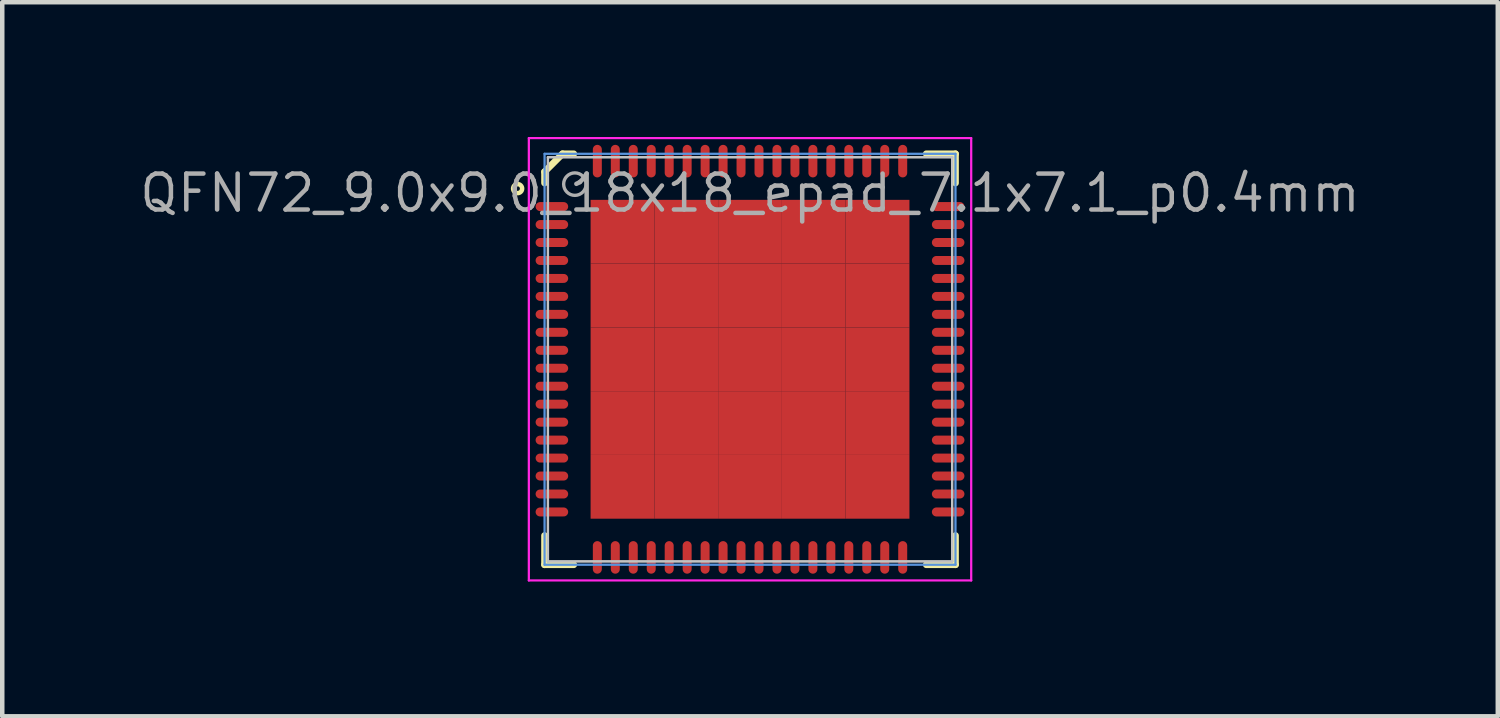
<source format=kicad_pcb>
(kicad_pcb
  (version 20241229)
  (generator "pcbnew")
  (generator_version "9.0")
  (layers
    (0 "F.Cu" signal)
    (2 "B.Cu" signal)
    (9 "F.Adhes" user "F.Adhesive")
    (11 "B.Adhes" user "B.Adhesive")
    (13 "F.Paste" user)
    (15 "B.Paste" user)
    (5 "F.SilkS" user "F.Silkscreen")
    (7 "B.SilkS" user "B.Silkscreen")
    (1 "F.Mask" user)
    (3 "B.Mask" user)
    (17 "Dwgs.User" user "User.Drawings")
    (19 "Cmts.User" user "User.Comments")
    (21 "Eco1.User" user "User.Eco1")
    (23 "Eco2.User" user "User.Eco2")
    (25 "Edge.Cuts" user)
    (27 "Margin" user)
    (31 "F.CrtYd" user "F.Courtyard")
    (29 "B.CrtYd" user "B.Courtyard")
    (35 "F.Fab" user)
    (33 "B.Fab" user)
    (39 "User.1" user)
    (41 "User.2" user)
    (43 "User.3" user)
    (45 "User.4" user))
  (footprint "QFN72_9.0x9.0_18x18_epad_7.1x7.1_p0.4mm"
    (layer "F.Cu")
    (at 13.651 4.95)
    (property "Reference" "QFN72_9.0x9.0_18x18_epad_7.1x7.1_p0.4mm" (at 0 -3.7 0) (layer "F.Fab") (effects (font (size 0.8 0.8) (thickness 0.1))))
    (attr through_hole)
    (fp_line (start -4.575 -4.175) (end -4.575 -3.925) (stroke (width 0.15) (type solid)) (layer "F.SilkS"))
    (fp_line (start -4.575 -4.175) (end -4.175 -4.575) (stroke (width 0.15) (type solid)) (layer "F.SilkS"))
    (fp_line (start -4.575 4.575) (end -4.575 3.925) (stroke (width 0.15) (type solid)) (layer "F.SilkS"))
    (fp_line (start -4.575 4.575) (end -3.925 4.575) (stroke (width 0.15) (type solid)) (layer "F.SilkS"))
    (fp_line (start -3.925 -4.575) (end -4.175 -4.575) (stroke (width 0.15) (type solid)) (layer "F.SilkS"))
    (fp_line (start 4.575 -4.575) (end 3.925 -4.575) (stroke (width 0.15) (type solid)) (layer "F.SilkS"))
    (fp_line (start 4.575 -4.575) (end 4.575 -3.925) (stroke (width 0.15) (type solid)) (layer "F.SilkS"))
    (fp_line (start 4.575 4.575) (end 3.925 4.575) (stroke (width 0.15) (type solid)) (layer "F.SilkS"))
    (fp_line (start 4.575 4.575) (end 4.575 3.925) (stroke (width 0.15) (type solid)) (layer "F.SilkS"))
    (fp_circle (center -5.175 -3.8) (end -5.104 -3.729) (stroke (width 0.1) (type solid)) (fill no) (layer "F.SilkS"))
    (fp_line (start -4.5 -4.5) (end -4.5 4.5) (stroke (width 0.05) (type solid)) (layer "Dwgs.User"))
    (fp_line (start -4.5 -4.5) (end 4.5 -4.5) (stroke (width 0.05) (type solid)) (layer "Dwgs.User"))
    (fp_line (start -4.5 4.5) (end 4.5 4.5) (stroke (width 0.05) (type solid)) (layer "Dwgs.User"))
    (fp_line (start 4.5 -4.5) (end 4.5 4.5) (stroke (width 0.05) (type solid)) (layer "Dwgs.User"))
    (fp_line (start -4.575 -4.575) (end -4.575 4.575) (stroke (width 0.05) (type solid)) (layer "Cmts.User"))
    (fp_line (start -4.575 -4.575) (end 4.575 -4.575) (stroke (width 0.05) (type solid)) (layer "Cmts.User"))
    (fp_line (start -4.575 4.575) (end 4.575 4.575) (stroke (width 0.05) (type solid)) (layer "Cmts.User"))
    (fp_line (start 4.575 -4.575) (end 4.575 4.575) (stroke (width 0.05) (type solid)) (layer "Cmts.User"))
    (fp_line (start -4.425 -4.425) (end -4.425 4.425) (stroke (width 0.05) (type solid)) (layer "Eco1.User"))
    (fp_line (start -4.425 -4.425) (end 4.425 -4.425) (stroke (width 0.05) (type solid)) (layer "Eco1.User"))
    (fp_line (start -4.425 4.425) (end 4.425 4.425) (stroke (width 0.05) (type solid)) (layer "Eco1.User"))
    (fp_line (start 4.425 -4.425) (end 4.425 4.425) (stroke (width 0.05) (type solid)) (layer "Eco1.User"))
    (fp_line (start -4.925 -4.925) (end -4.925 4.925) (stroke (width 0.05) (type solid)) (layer "F.CrtYd"))
    (fp_line (start -4.925 -4.925) (end 4.925 -4.925) (stroke (width 0.05) (type solid)) (layer "F.CrtYd"))
    (fp_line (start -4.925 4.925) (end 4.925 4.925) (stroke (width 0.05) (type solid)) (layer "F.CrtYd"))
    (fp_line (start 4.925 -4.925) (end 4.925 4.925) (stroke (width 0.05) (type solid)) (layer "F.CrtYd"))
    (fp_line (start -4.5 -4.5) (end -4.5 4.5) (stroke (width 0.05) (type solid)) (layer "F.Fab"))
    (fp_line (start -4.5 -4.5) (end 4.5 -4.5) (stroke (width 0.05) (type solid)) (layer "F.Fab"))
    (fp_line (start -4.5 4.5) (end 4.5 4.5) (stroke (width 0.05) (type solid)) (layer "F.Fab"))
    (fp_line (start 4.5 -4.5) (end 4.5 4.5) (stroke (width 0.05) (type solid)) (layer "F.Fab"))
    (fp_circle (center -3.9 -3.9) (end -3.723 -3.723) (stroke (width 0.075) (type solid)) (fill no) (layer "F.Fab"))
    (pad "1" smd oval (at -4.412 -3.4 180) (size 0.725 0.2) (layers "F.Cu" "F.Mask" "F.Paste"))
    (pad "2" smd oval (at -4.412 -3 180) (size 0.725 0.2) (layers "F.Cu" "F.Mask" "F.Paste"))
    (pad "3" smd oval (at -4.412 -2.6 180) (size 0.725 0.2) (layers "F.Cu" "F.Mask" "F.Paste"))
    (pad "4" smd oval (at -4.412 -2.2 180) (size 0.725 0.2) (layers "F.Cu" "F.Mask" "F.Paste"))
    (pad "5" smd oval (at -4.412 -1.8 180) (size 0.725 0.2) (layers "F.Cu" "F.Mask" "F.Paste"))
    (pad "6" smd oval (at -4.412 -1.4 180) (size 0.725 0.2) (layers "F.Cu" "F.Mask" "F.Paste"))
    (pad "7" smd oval (at -4.412 -1 180) (size 0.725 0.2) (layers "F.Cu" "F.Mask" "F.Paste"))
    (pad "8" smd oval (at -4.412 -0.6 180) (size 0.725 0.2) (layers "F.Cu" "F.Mask" "F.Paste"))
    (pad "9" smd oval (at -4.412 -0.2 180) (size 0.725 0.2) (layers "F.Cu" "F.Mask" "F.Paste"))
    (pad "10" smd oval (at -4.412 0.2 180) (size 0.725 0.2) (layers "F.Cu" "F.Mask" "F.Paste"))
    (pad "11" smd oval (at -4.412 0.6 180) (size 0.725 0.2) (layers "F.Cu" "F.Mask" "F.Paste"))
    (pad "12" smd oval (at -4.412 1 180) (size 0.725 0.2) (layers "F.Cu" "F.Mask" "F.Paste"))
    (pad "13" smd oval (at -4.412 1.4 180) (size 0.725 0.2) (layers "F.Cu" "F.Mask" "F.Paste"))
    (pad "14" smd oval (at -4.412 1.8 180) (size 0.725 0.2) (layers "F.Cu" "F.Mask" "F.Paste"))
    (pad "15" smd oval (at -4.412 2.2 180) (size 0.725 0.2) (layers "F.Cu" "F.Mask" "F.Paste"))
    (pad "16" smd oval (at -4.412 2.6 180) (size 0.725 0.2) (layers "F.Cu" "F.Mask" "F.Paste"))
    (pad "17" smd oval (at -4.412 3 180) (size 0.725 0.2) (layers "F.Cu" "F.Mask" "F.Paste"))
    (pad "18" smd oval (at -4.412 3.4 180) (size 0.725 0.2) (layers "F.Cu" "F.Mask" "F.Paste"))
    (pad "19" smd oval (at -3.4 4.412 270) (size 0.725 0.2) (layers "F.Cu" "F.Mask" "F.Paste"))
    (pad "20" smd oval (at -3 4.412 270) (size 0.725 0.2) (layers "F.Cu" "F.Mask" "F.Paste"))
    (pad "21" smd oval (at -2.6 4.412 270) (size 0.725 0.2) (layers "F.Cu" "F.Mask" "F.Paste"))
    (pad "22" smd oval (at -2.2 4.412 270) (size 0.725 0.2) (layers "F.Cu" "F.Mask" "F.Paste"))
    (pad "23" smd oval (at -1.8 4.412 270) (size 0.725 0.2) (layers "F.Cu" "F.Mask" "F.Paste"))
    (pad "24" smd oval (at -1.4 4.412 270) (size 0.725 0.2) (layers "F.Cu" "F.Mask" "F.Paste"))
    (pad "25" smd oval (at -1 4.412 270) (size 0.725 0.2) (layers "F.Cu" "F.Mask" "F.Paste"))
    (pad "26" smd oval (at -0.6 4.412 270) (size 0.725 0.2) (layers "F.Cu" "F.Mask" "F.Paste"))
    (pad "27" smd oval (at -0.2 4.412 270) (size 0.725 0.2) (layers "F.Cu" "F.Mask" "F.Paste"))
    (pad "28" smd oval (at 0.2 4.412 270) (size 0.725 0.2) (layers "F.Cu" "F.Mask" "F.Paste"))
    (pad "29" smd oval (at 0.6 4.412 270) (size 0.725 0.2) (layers "F.Cu" "F.Mask" "F.Paste"))
    (pad "30" smd oval (at 1 4.412 270) (size 0.725 0.2) (layers "F.Cu" "F.Mask" "F.Paste"))
    (pad "31" smd oval (at 1.4 4.412 270) (size 0.725 0.2) (layers "F.Cu" "F.Mask" "F.Paste"))
    (pad "32" smd oval (at 1.8 4.412 270) (size 0.725 0.2) (layers "F.Cu" "F.Mask" "F.Paste"))
    (pad "33" smd oval (at 2.2 4.412 270) (size 0.725 0.2) (layers "F.Cu" "F.Mask" "F.Paste"))
    (pad "34" smd oval (at 2.6 4.412 270) (size 0.725 0.2) (layers "F.Cu" "F.Mask" "F.Paste"))
    (pad "35" smd oval (at 3 4.412 270) (size 0.725 0.2) (layers "F.Cu" "F.Mask" "F.Paste"))
    (pad "36" smd oval (at 3.4 4.412 270) (size 0.725 0.2) (layers "F.Cu" "F.Mask" "F.Paste"))
    (pad "37" smd oval (at 4.412 3.4) (size 0.725 0.2) (layers "F.Cu" "F.Mask" "F.Paste"))
    (pad "38" smd oval (at 4.412 3) (size 0.725 0.2) (layers "F.Cu" "F.Mask" "F.Paste"))
    (pad "39" smd oval (at 4.412 2.6) (size 0.725 0.2) (layers "F.Cu" "F.Mask" "F.Paste"))
    (pad "40" smd oval (at 4.412 2.2) (size 0.725 0.2) (layers "F.Cu" "F.Mask" "F.Paste"))
    (pad "41" smd oval (at 4.412 1.8) (size 0.725 0.2) (layers "F.Cu" "F.Mask" "F.Paste"))
    (pad "42" smd oval (at 4.412 1.4) (size 0.725 0.2) (layers "F.Cu" "F.Mask" "F.Paste"))
    (pad "43" smd oval (at 4.412 1) (size 0.725 0.2) (layers "F.Cu" "F.Mask" "F.Paste"))
    (pad "44" smd oval (at 4.412 0.6) (size 0.725 0.2) (layers "F.Cu" "F.Mask" "F.Paste"))
    (pad "45" smd oval (at 4.412 0.2) (size 0.725 0.2) (layers "F.Cu" "F.Mask" "F.Paste"))
    (pad "46" smd oval (at 4.412 -0.2) (size 0.725 0.2) (layers "F.Cu" "F.Mask" "F.Paste"))
    (pad "47" smd oval (at 4.412 -0.6) (size 0.725 0.2) (layers "F.Cu" "F.Mask" "F.Paste"))
    (pad "48" smd oval (at 4.412 -1) (size 0.725 0.2) (layers "F.Cu" "F.Mask" "F.Paste"))
    (pad "49" smd oval (at 4.412 -1.4) (size 0.725 0.2) (layers "F.Cu" "F.Mask" "F.Paste"))
    (pad "50" smd oval (at 4.412 -1.8) (size 0.725 0.2) (layers "F.Cu" "F.Mask" "F.Paste"))
    (pad "51" smd oval (at 4.412 -2.2) (size 0.725 0.2) (layers "F.Cu" "F.Mask" "F.Paste"))
    (pad "52" smd oval (at 4.412 -2.6) (size 0.725 0.2) (layers "F.Cu" "F.Mask" "F.Paste"))
    (pad "53" smd oval (at 4.412 -3) (size 0.725 0.2) (layers "F.Cu" "F.Mask" "F.Paste"))
    (pad "54" smd oval (at 4.412 -3.4) (size 0.725 0.2) (layers "F.Cu" "F.Mask" "F.Paste"))
    (pad "55" smd oval (at 3.4 -4.412 90) (size 0.725 0.2) (layers "F.Cu" "F.Mask" "F.Paste"))
    (pad "56" smd oval (at 3 -4.412 90) (size 0.725 0.2) (layers "F.Cu" "F.Mask" "F.Paste"))
    (pad "57" smd oval (at 2.6 -4.412 90) (size 0.725 0.2) (layers "F.Cu" "F.Mask" "F.Paste"))
    (pad "58" smd oval (at 2.2 -4.412 90) (size 0.725 0.2) (layers "F.Cu" "F.Mask" "F.Paste"))
    (pad "59" smd oval (at 1.8 -4.412 90) (size 0.725 0.2) (layers "F.Cu" "F.Mask" "F.Paste"))
    (pad "60" smd oval (at 1.4 -4.412 90) (size 0.725 0.2) (layers "F.Cu" "F.Mask" "F.Paste"))
    (pad "61" smd oval (at 1 -4.412 90) (size 0.725 0.2) (layers "F.Cu" "F.Mask" "F.Paste"))
    (pad "62" smd oval (at 0.6 -4.412 90) (size 0.725 0.2) (layers "F.Cu" "F.Mask" "F.Paste"))
    (pad "63" smd oval (at 0.2 -4.412 90) (size 0.725 0.2) (layers "F.Cu" "F.Mask" "F.Paste"))
    (pad "64" smd oval (at -0.2 -4.412 90) (size 0.725 0.2) (layers "F.Cu" "F.Mask" "F.Paste"))
    (pad "65" smd oval (at -0.6 -4.412 90) (size 0.725 0.2) (layers "F.Cu" "F.Mask" "F.Paste"))
    (pad "66" smd oval (at -1 -4.412 90) (size 0.725 0.2) (layers "F.Cu" "F.Mask" "F.Paste"))
    (pad "67" smd oval (at -1.4 -4.412 90) (size 0.725 0.2) (layers "F.Cu" "F.Mask" "F.Paste"))
    (pad "68" smd oval (at -1.8 -4.412 90) (size 0.725 0.2) (layers "F.Cu" "F.Mask" "F.Paste"))
    (pad "69" smd oval (at -2.2 -4.412 90) (size 0.725 0.2) (layers "F.Cu" "F.Mask" "F.Paste"))
    (pad "70" smd oval (at -2.6 -4.412 90) (size 0.725 0.2) (layers "F.Cu" "F.Mask" "F.Paste"))
    (pad "71" smd oval (at -3 -4.412 90) (size 0.725 0.2) (layers "F.Cu" "F.Mask" "F.Paste"))
    (pad "72" smd oval (at -3.4 -4.412 90) (size 0.725 0.2) (layers "F.Cu" "F.Mask" "F.Paste"))
    (pad "73" smd rect (at -2.84 -2.84) (size 1.42 1.42) (layers "F.Cu" "F.Mask" "F.Paste"))
    (pad "73" smd rect (at -2.84 -1.42) (size 1.42 1.42) (layers "F.Cu" "F.Mask" "F.Paste"))
    (pad "73" smd rect (at -2.84 0) (size 1.42 1.42) (layers "F.Cu" "F.Mask" "F.Paste"))
    (pad "73" smd rect (at -2.84 1.42) (size 1.42 1.42) (layers "F.Cu" "F.Mask" "F.Paste"))
    (pad "73" smd rect (at -2.84 2.84) (size 1.42 1.42) (layers "F.Cu" "F.Mask" "F.Paste"))
    (pad "73" smd rect (at -1.42 -2.84) (size 1.42 1.42) (layers "F.Cu" "F.Mask" "F.Paste"))
    (pad "73" smd rect (at -1.42 -1.42) (size 1.42 1.42) (layers "F.Cu" "F.Mask" "F.Paste"))
    (pad "73" smd rect (at -1.42 0) (size 1.42 1.42) (layers "F.Cu" "F.Mask" "F.Paste"))
    (pad "73" smd rect (at -1.42 1.42) (size 1.42 1.42) (layers "F.Cu" "F.Mask" "F.Paste"))
    (pad "73" smd rect (at -1.42 2.84) (size 1.42 1.42) (layers "F.Cu" "F.Mask" "F.Paste"))
    (pad "73" smd rect (at 0 -2.84) (size 1.42 1.42) (layers "F.Cu" "F.Mask" "F.Paste"))
    (pad "73" smd rect (at 0 -1.42) (size 1.42 1.42) (layers "F.Cu" "F.Mask" "F.Paste"))
    (pad "73" smd rect (at 0 0) (size 1.42 1.42) (layers "F.Cu" "F.Mask" "F.Paste"))
    (pad "73" smd rect (at 0 1.42) (size 1.42 1.42) (layers "F.Cu" "F.Mask" "F.Paste"))
    (pad "73" smd rect (at 0 2.84) (size 1.42 1.42) (layers "F.Cu" "F.Mask" "F.Paste"))
    (pad "73" smd rect (at 1.42 -2.84) (size 1.42 1.42) (layers "F.Cu" "F.Mask" "F.Paste"))
    (pad "73" smd rect (at 1.42 -1.42) (size 1.42 1.42) (layers "F.Cu" "F.Mask" "F.Paste"))
    (pad "73" smd rect (at 1.42 0) (size 1.42 1.42) (layers "F.Cu" "F.Mask" "F.Paste"))
    (pad "73" smd rect (at 1.42 1.42) (size 1.42 1.42) (layers "F.Cu" "F.Mask" "F.Paste"))
    (pad "73" smd rect (at 1.42 2.84) (size 1.42 1.42) (layers "F.Cu" "F.Mask" "F.Paste"))
    (pad "73" smd rect (at 2.84 -2.84) (size 1.42 1.42) (layers "F.Cu" "F.Mask" "F.Paste"))
    (pad "73" smd rect (at 2.84 -1.42) (size 1.42 1.42) (layers "F.Cu" "F.Mask" "F.Paste"))
    (pad "73" smd rect (at 2.84 0) (size 1.42 1.42) (layers "F.Cu" "F.Mask" "F.Paste"))
    (pad "73" smd rect (at 2.84 1.42) (size 1.42 1.42) (layers "F.Cu" "F.Mask" "F.Paste"))
    (pad "73" smd rect (at 2.84 2.84) (size 1.42 1.42) (layers "F.Cu" "F.Mask" "F.Paste")))
  (gr_rect
    (start -3 -3)
    (end 30.302 12.9)
    (stroke (width 0.1) (type default))
    (fill no)
    (layer "Edge.Cuts")))
</source>
